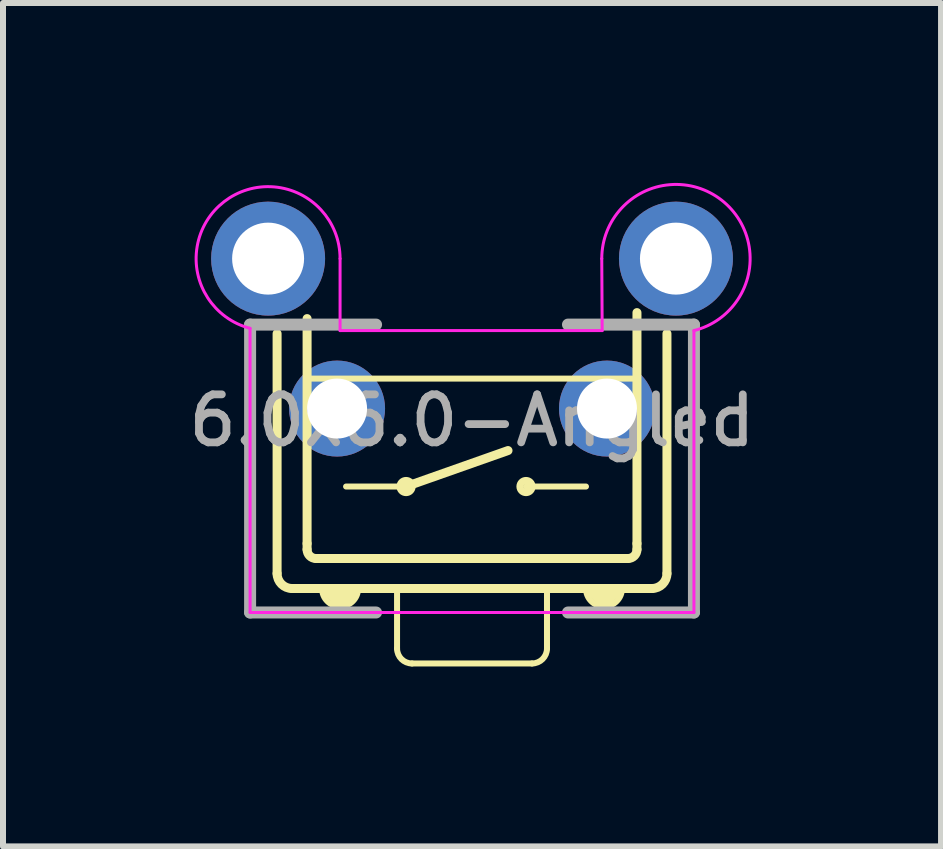
<source format=kicad_pcb>
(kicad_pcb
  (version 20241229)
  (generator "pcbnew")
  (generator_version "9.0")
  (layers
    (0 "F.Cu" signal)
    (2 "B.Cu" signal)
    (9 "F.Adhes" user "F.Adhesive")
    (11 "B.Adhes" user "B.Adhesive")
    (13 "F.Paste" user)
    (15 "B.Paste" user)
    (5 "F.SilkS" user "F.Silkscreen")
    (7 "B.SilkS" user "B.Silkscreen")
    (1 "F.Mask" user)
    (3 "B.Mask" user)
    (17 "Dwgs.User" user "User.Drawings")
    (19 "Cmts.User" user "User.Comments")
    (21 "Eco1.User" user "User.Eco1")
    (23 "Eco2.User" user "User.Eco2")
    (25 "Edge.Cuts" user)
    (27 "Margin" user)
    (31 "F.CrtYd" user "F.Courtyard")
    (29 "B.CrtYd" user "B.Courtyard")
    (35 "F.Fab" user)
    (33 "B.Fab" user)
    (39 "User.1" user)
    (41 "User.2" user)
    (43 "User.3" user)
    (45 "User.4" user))
  (footprint "6.0x6.0-Angled"
    (layer "F.Cu")
    (at 4.82 3.762)
    (property "Reference" "6.0x6.0-Angled" (at 0 0.2 0) (layer "F.Fab") (effects (font (size 0.8 0.8) (thickness 0.13))))
    (attr through_hole)
    (fp_line (start -3.25 2.75) (end -3.25 -1.25) (stroke (width 0.15) (type solid)) (layer "F.SilkS"))
    (fp_line (start -3 3) (end 3 3) (stroke (width 0.15) (type solid)) (layer "F.SilkS"))
    (fp_line (start -2.75 -1.5) (end -2.75 2.25) (stroke (width 0.15) (type solid)) (layer "F.SilkS"))
    (fp_line (start -2.75 2.35) (end -2.75 2.25) (stroke (width 0.15) (type solid)) (layer "F.SilkS"))
    (fp_line (start -2.7 -0.5) (end 2.7 -0.5) (stroke (width 0.1) (type solid)) (layer "F.SilkS"))
    (fp_line (start -2.6 2.5) (end -2.5 2.5) (stroke (width 0.15) (type solid)) (layer "F.SilkS"))
    (fp_line (start -2.5 2.5) (end 2.5 2.5) (stroke (width 0.15) (type solid)) (layer "F.SilkS"))
    (fp_line (start -2.1 1.3) (end -1.1 1.3) (stroke (width 0.1) (type solid)) (layer "F.SilkS"))
    (fp_line (start -1.25 3) (end -1.25 4) (stroke (width 0.1) (type solid)) (layer "F.SilkS"))
    (fp_line (start -1.1 1.3) (end 0.6 0.7) (stroke (width 0.15) (type solid)) (layer "F.SilkS"))
    (fp_line (start -1 4.25) (end 1 4.25) (stroke (width 0.1) (type solid)) (layer "F.SilkS"))
    (fp_line (start 0.9 1.3) (end 1.9 1.3) (stroke (width 0.1) (type solid)) (layer "F.SilkS"))
    (fp_line (start 1.25 3) (end 1.25 4) (stroke (width 0.1) (type solid)) (layer "F.SilkS"))
    (fp_line (start 2.5 2.5) (end 2.6 2.5) (stroke (width 0.15) (type solid)) (layer "F.SilkS"))
    (fp_line (start 2.75 -1.6) (end 2.75 2.25) (stroke (width 0.15) (type solid)) (layer "F.SilkS"))
    (fp_line (start 2.75 2.25) (end 2.75 2.35) (stroke (width 0.15) (type solid)) (layer "F.SilkS"))
    (fp_line (start 3.25 2.75) (end 3.25 -1.25) (stroke (width 0.15) (type solid)) (layer "F.SilkS"))
    (fp_arc (start -3 3) (mid -3.176777 2.926777) (end -3.25 2.75) (stroke (width 0.15) (type solid)) (layer "F.SilkS"))
    (fp_arc (start -2.6 2.5) (mid -2.706066 2.456066) (end -2.75 2.35) (stroke (width 0.15) (type solid)) (layer "F.SilkS"))
    (fp_arc (start -1.9 3) (mid -2.2 3.3) (end -2.5 3) (stroke (width 0.1) (type solid)) (layer "F.SilkS"))
    (fp_arc (start -1 4.25) (mid -1.176777 4.176777) (end -1.25 4) (stroke (width 0.1) (type solid)) (layer "F.SilkS"))
    (fp_arc (start 1.25 4) (mid 1.176777 4.176777) (end 1 4.25) (stroke (width 0.1) (type solid)) (layer "F.SilkS"))
    (fp_arc (start 2.5 3) (mid 2.2 3.3) (end 1.9 3) (stroke (width 0.1) (type solid)) (layer "F.SilkS"))
    (fp_arc (start 2.75 2.35) (mid 2.706066 2.456066) (end 2.6 2.5) (stroke (width 0.15) (type solid)) (layer "F.SilkS"))
    (fp_arc (start 3.25 2.75) (mid 3.176777 2.926777) (end 3 3) (stroke (width 0.15) (type solid)) (layer "F.SilkS"))
    (fp_circle (center -1.1 1.3) (end -1.1 1.4) (stroke (width 0.12) (type solid)) (fill no) (layer "F.SilkS"))
    (fp_circle (center 0.9 1.3) (end 0.9 1.4) (stroke (width 0.12) (type solid)) (fill no) (layer "F.SilkS"))
    (fp_poly (pts (xy -2.5 3) (xy -2.2 3.3) (xy -1.9 3)) (stroke (width 0.1) (type solid)) (fill yes) (layer "F.SilkS"))
    (fp_poly (pts (xy 1.9 3) (xy 2.2 3.3) (xy 2.5 3)) (stroke (width 0.1) (type solid)) (fill yes) (layer "F.SilkS"))
    (fp_line (start -3.701 -1.338) (end -3.7 3.4) (stroke (width 0.05) (type solid)) (layer "F.CrtYd"))
    (fp_line (start -2.2 -2.5) (end -2.2 -1.3) (stroke (width 0.05) (type solid)) (layer "F.CrtYd"))
    (fp_line (start -2.2 -1.3) (end 2.17 -1.3) (stroke (width 0.05) (type solid)) (layer "F.CrtYd"))
    (fp_line (start 2.17 -1.3) (end 2.163 -2.5) (stroke (width 0.05) (type solid)) (layer "F.CrtYd"))
    (fp_line (start 3.7 -1.3) (end 3.7 3.4) (stroke (width 0.05) (type solid)) (layer "F.CrtYd"))
    (fp_line (start 3.7 3.4) (end -3.7 3.4) (stroke (width 0.05) (type solid)) (layer "F.CrtYd"))
    (fp_arc (start -3.701075 -1.338383) (mid -4.134408 -3.449023) (end -2.2 -2.5) (stroke (width 0.05) (type solid)) (layer "F.CrtYd"))
    (fp_arc (start 2.16307 -2.5) (mid 4.161222 -3.474955) (end 3.699999 -1.300001) (stroke (width 0.05) (type solid)) (layer "F.CrtYd"))
    (fp_line (start -3.7 -1.4) (end -3.7 3.4) (stroke (width 0.2) (type solid)) (layer "F.Fab"))
    (fp_line (start -1.6 -1.4) (end -3.7 -1.4) (stroke (width 0.2) (type solid)) (layer "F.Fab"))
    (fp_line (start -1.6 3.4) (end -3.7 3.4) (stroke (width 0.2) (type solid)) (layer "F.Fab"))
    (fp_line (start 3.7 -1.4) (end 1.6 -1.4) (stroke (width 0.2) (type solid)) (layer "F.Fab"))
    (fp_line (start 3.7 -1.4) (end 3.7 3.4) (stroke (width 0.2) (type solid)) (layer "F.Fab"))
    (fp_line (start 3.7 3.4) (end 1.6 3.4) (stroke (width 0.2) (type solid)) (layer "F.Fab"))
    (pad "1" thru_hole circle (at -2.25 0) (size 1.6 1.6) (drill 1) (layers "*.Cu" "*.Mask"))
    (pad "2" thru_hole circle (at 2.25 0) (size 1.6 1.6) (drill 1) (layers "*.Cu" "*.Mask"))
    (pad "3" thru_hole circle (at -3.4 -2.5) (size 1.9 1.9) (drill 1.2) (layers "*.Cu" "*.Mask"))
    (pad "3" thru_hole circle (at 3.4 -2.5) (size 1.9 1.9) (drill 1.2) (layers "*.Cu" "*.Mask")))
  (gr_rect
    (start -3 -3)
    (end 12.64 11.062)
    (stroke (width 0.1) (type default))
    (fill no)
    (layer "Edge.Cuts")))
</source>
